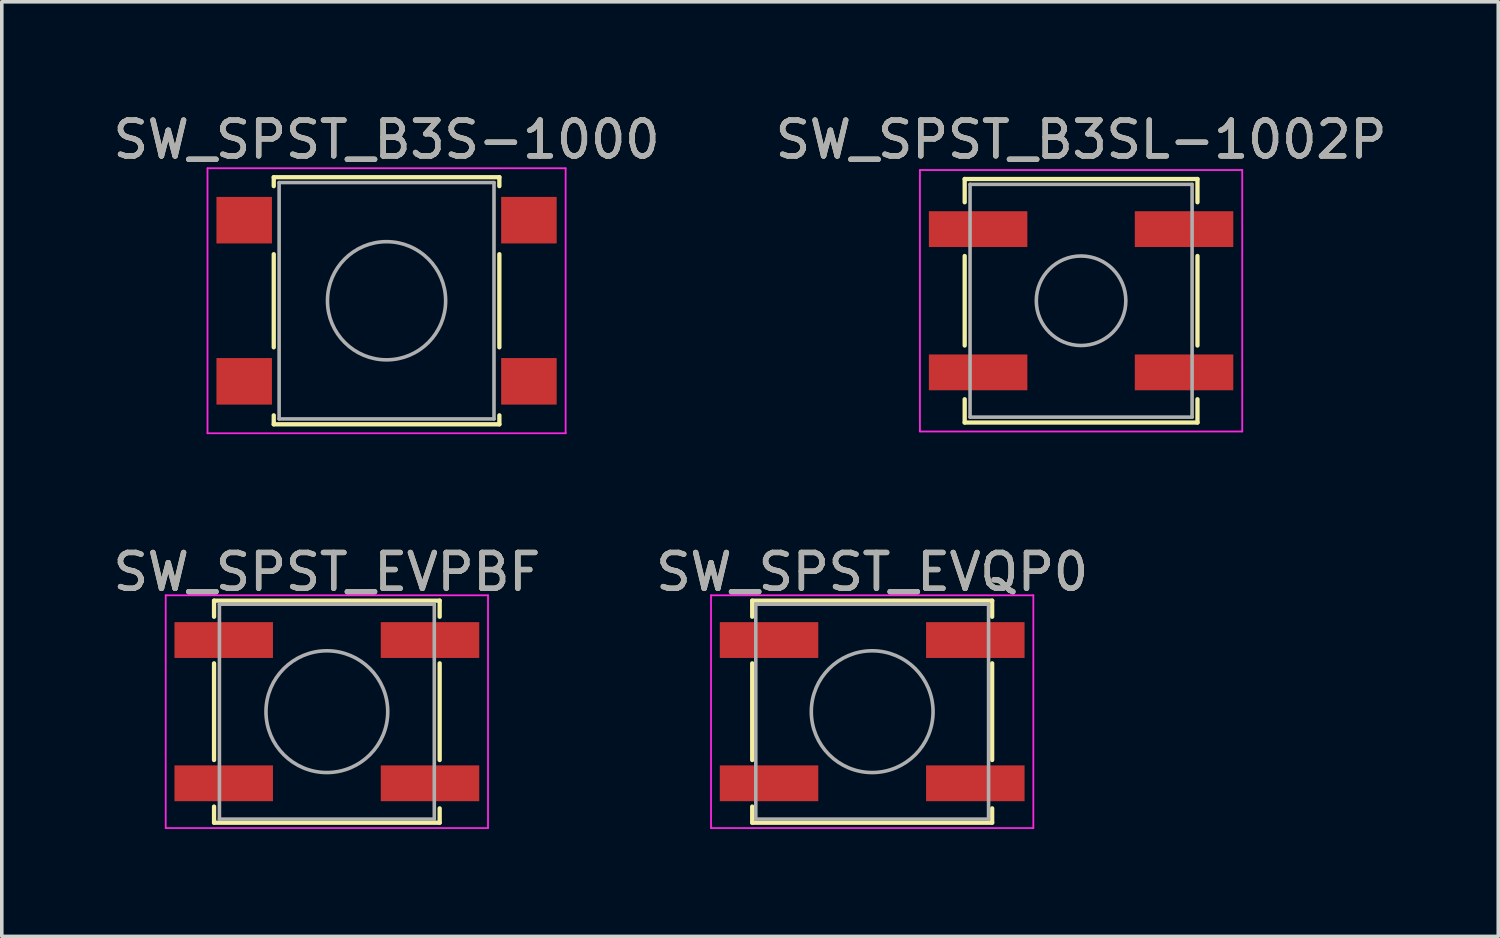
<source format=kicad_pcb>
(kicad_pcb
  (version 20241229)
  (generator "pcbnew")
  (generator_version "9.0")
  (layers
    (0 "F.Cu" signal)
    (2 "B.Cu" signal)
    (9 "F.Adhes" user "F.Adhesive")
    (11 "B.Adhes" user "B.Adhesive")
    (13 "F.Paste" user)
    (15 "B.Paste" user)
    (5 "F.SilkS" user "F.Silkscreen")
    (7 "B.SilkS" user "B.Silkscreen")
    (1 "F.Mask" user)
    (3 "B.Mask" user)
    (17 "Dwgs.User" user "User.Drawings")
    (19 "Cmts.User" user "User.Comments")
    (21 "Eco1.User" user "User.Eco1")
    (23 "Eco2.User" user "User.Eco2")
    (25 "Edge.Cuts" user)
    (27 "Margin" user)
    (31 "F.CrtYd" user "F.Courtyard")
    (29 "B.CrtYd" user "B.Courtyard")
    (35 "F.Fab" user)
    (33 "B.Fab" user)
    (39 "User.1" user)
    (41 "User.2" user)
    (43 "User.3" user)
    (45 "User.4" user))
  (footprint "SW_SPST_EVPBF"
    (layer "F.Cu")
    (at 6.077 16.822)
    (property "Reference" "SW_SPST_EVPBF" (at 0 -3.9 0) (layer "F.SilkS") (effects (font (size 1 1) (thickness 0.15))))
    (attr smd)
    (fp_line (start -3.15 -3.1) (end 3.15 -3.1) (stroke (width 0.12) (type solid)) (layer "F.SilkS"))
    (fp_line (start -3.15 -2.65) (end -3.15 -3.1) (stroke (width 0.12) (type solid)) (layer "F.SilkS"))
    (fp_line (start -3.15 1.35) (end -3.15 -1.35) (stroke (width 0.12) (type solid)) (layer "F.SilkS"))
    (fp_line (start -3.15 2.65) (end -3.15 3.1) (stroke (width 0.12) (type solid)) (layer "F.SilkS"))
    (fp_line (start -3.15 3.1) (end 3.15 3.1) (stroke (width 0.12) (type solid)) (layer "F.SilkS"))
    (fp_line (start 3.15 -3.1) (end 3.15 -2.65) (stroke (width 0.12) (type solid)) (layer "F.SilkS"))
    (fp_line (start 3.15 -1.35) (end 3.15 1.35) (stroke (width 0.12) (type solid)) (layer "F.SilkS"))
    (fp_line (start 3.15 3.1) (end 3.15 2.7) (stroke (width 0.12) (type solid)) (layer "F.SilkS"))
    (fp_line (start -4.5 -3.25) (end 4.5 -3.25) (stroke (width 0.05) (type solid)) (layer "F.CrtYd"))
    (fp_line (start -4.5 3.25) (end -4.5 -3.25) (stroke (width 0.05) (type solid)) (layer "F.CrtYd"))
    (fp_line (start 4.5 -3.25) (end 4.5 3.25) (stroke (width 0.05) (type solid)) (layer "F.CrtYd"))
    (fp_line (start 4.5 3.25) (end -4.5 3.25) (stroke (width 0.05) (type solid)) (layer "F.CrtYd"))
    (fp_line (start -3 -3) (end 3 -3) (stroke (width 0.1) (type solid)) (layer "F.Fab"))
    (fp_line (start -3 3) (end -3 -3) (stroke (width 0.1) (type solid)) (layer "F.Fab"))
    (fp_line (start 3 -3) (end 3 3) (stroke (width 0.1) (type solid)) (layer "F.Fab"))
    (fp_line (start 3 3) (end -3 3) (stroke (width 0.1) (type solid)) (layer "F.Fab"))
    (fp_circle (center 0 0) (end 1.7 0) (stroke (width 0.1) (type solid)) (fill no) (layer "F.Fab"))
    (fp_text user "${REFERENCE}" (at 0 -3.9 0) (layer "F.Fab") (effects (font (size 1 1) (thickness 0.15))))
    (pad "1" smd rect (at -2.88 -2) (size 2.75 1) (layers "F.Cu" "F.Mask" "F.Paste"))
    (pad "1" smd rect (at 2.88 -2) (size 2.75 1) (layers "F.Cu" "F.Mask" "F.Paste"))
    (pad "2" smd rect (at -2.88 2) (size 2.75 1) (layers "F.Cu" "F.Mask" "F.Paste"))
    (pad "2" smd rect (at 2.88 2) (size 2.75 1) (layers "F.Cu" "F.Mask" "F.Paste")))
  (footprint "SW_SPST_EVQP0"
    (layer "F.Cu")
    (at 21.304 16.822)
    (property "Reference" "SW_SPST_EVQP0" (at 0 -3.9 0) (layer "F.SilkS") (effects (font (size 1 1) (thickness 0.15))))
    (attr smd)
    (fp_line (start -3.35 -3.1) (end 3.35 -3.1) (stroke (width 0.12) (type solid)) (layer "F.SilkS"))
    (fp_line (start -3.35 -2.65) (end -3.35 -3.1) (stroke (width 0.12) (type solid)) (layer "F.SilkS"))
    (fp_line (start -3.35 1.35) (end -3.35 -1.35) (stroke (width 0.12) (type solid)) (layer "F.SilkS"))
    (fp_line (start -3.35 2.65) (end -3.35 3.1) (stroke (width 0.12) (type solid)) (layer "F.SilkS"))
    (fp_line (start -3.35 3.1) (end 3.35 3.1) (stroke (width 0.12) (type solid)) (layer "F.SilkS"))
    (fp_line (start 3.35 -3.1) (end 3.35 -2.65) (stroke (width 0.12) (type solid)) (layer "F.SilkS"))
    (fp_line (start 3.35 -1.35) (end 3.35 1.35) (stroke (width 0.12) (type solid)) (layer "F.SilkS"))
    (fp_line (start 3.35 3.1) (end 3.35 2.7) (stroke (width 0.12) (type solid)) (layer "F.SilkS"))
    (fp_line (start -4.5 -3.25) (end 4.5 -3.25) (stroke (width 0.05) (type solid)) (layer "F.CrtYd"))
    (fp_line (start -4.5 3.25) (end -4.5 -3.25) (stroke (width 0.05) (type solid)) (layer "F.CrtYd"))
    (fp_line (start 4.5 -3.25) (end 4.5 3.25) (stroke (width 0.05) (type solid)) (layer "F.CrtYd"))
    (fp_line (start 4.5 3.25) (end -4.5 3.25) (stroke (width 0.05) (type solid)) (layer "F.CrtYd"))
    (fp_line (start -3.25 -3) (end 3.25 -3) (stroke (width 0.1) (type solid)) (layer "F.Fab"))
    (fp_line (start -3.25 3) (end -3.25 -3) (stroke (width 0.1) (type solid)) (layer "F.Fab"))
    (fp_line (start 3.25 -3) (end 3.25 3) (stroke (width 0.1) (type solid)) (layer "F.Fab"))
    (fp_line (start 3.25 3) (end -3.25 3) (stroke (width 0.1) (type solid)) (layer "F.Fab"))
    (fp_circle (center 0 0) (end 1.7 0) (stroke (width 0.1) (type solid)) (fill no) (layer "F.Fab"))
    (fp_text user "${REFERENCE}" (at 0 -3.9 0) (layer "F.Fab") (effects (font (size 1 1) (thickness 0.15))))
    (pad "1" smd rect (at -2.88 -2) (size 2.75 1) (layers "F.Cu" "F.Mask" "F.Paste"))
    (pad "1" smd rect (at 2.88 -2) (size 2.75 1) (layers "F.Cu" "F.Mask" "F.Paste"))
    (pad "2" smd rect (at -2.88 2) (size 2.75 1) (layers "F.Cu" "F.Mask" "F.Paste"))
    (pad "2" smd rect (at 2.88 2) (size 2.75 1) (layers "F.Cu" "F.Mask" "F.Paste")))
  (footprint "SW_SPST_B3SL-1002P"
    (layer "F.Cu")
    (at 27.137 5.348)
    (property "Reference" "SW_SPST_B3SL-1002P" (at 0 -4.5 0) (layer "F.SilkS") (effects (font (size 1 1) (thickness 0.15))))
    (attr smd)
    (fp_line (start -3.25 -3.4) (end -3.25 -2.75) (stroke (width 0.12) (type solid)) (layer "F.SilkS"))
    (fp_line (start -3.25 -1.25) (end -3.25 1.25) (stroke (width 0.12) (type solid)) (layer "F.SilkS"))
    (fp_line (start -3.25 3.4) (end -3.25 2.75) (stroke (width 0.12) (type solid)) (layer "F.SilkS"))
    (fp_line (start 3.25 -3.4) (end -3.25 -3.4) (stroke (width 0.12) (type solid)) (layer "F.SilkS"))
    (fp_line (start 3.25 -2.75) (end 3.25 -3.4) (stroke (width 0.12) (type solid)) (layer "F.SilkS"))
    (fp_line (start 3.25 -1.25) (end 3.25 1.25) (stroke (width 0.12) (type solid)) (layer "F.SilkS"))
    (fp_line (start 3.25 2.75) (end 3.25 3.4) (stroke (width 0.12) (type solid)) (layer "F.SilkS"))
    (fp_line (start 3.25 3.4) (end -3.25 3.4) (stroke (width 0.12) (type solid)) (layer "F.SilkS"))
    (fp_line (start -4.5 -3.65) (end -4.5 3.65) (stroke (width 0.05) (type solid)) (layer "F.CrtYd"))
    (fp_line (start -4.5 3.65) (end 4.5 3.65) (stroke (width 0.05) (type solid)) (layer "F.CrtYd"))
    (fp_line (start 4.5 -3.65) (end -4.5 -3.65) (stroke (width 0.05) (type solid)) (layer "F.CrtYd"))
    (fp_line (start 4.5 3.65) (end 4.5 -3.65) (stroke (width 0.05) (type solid)) (layer "F.CrtYd"))
    (fp_line (start -3.1 -3.25) (end 3.1 -3.25) (stroke (width 0.1) (type solid)) (layer "F.Fab"))
    (fp_line (start -3.1 3.25) (end -3.1 -3.25) (stroke (width 0.1) (type solid)) (layer "F.Fab"))
    (fp_line (start 3.1 -3.25) (end 3.1 3.25) (stroke (width 0.1) (type solid)) (layer "F.Fab"))
    (fp_line (start 3.1 3.25) (end -3.1 3.25) (stroke (width 0.1) (type solid)) (layer "F.Fab"))
    (fp_circle (center 0 0) (end 1.25 0) (stroke (width 0.1) (type solid)) (fill no) (layer "F.Fab"))
    (fp_text user "${REFERENCE}" (at 0 -4.5 0) (layer "F.Fab") (effects (font (size 1 1) (thickness 0.15))))
    (pad "1" smd rect (at -2.875 -2) (size 2.75 1) (layers "F.Cu" "F.Mask" "F.Paste"))
    (pad "1" smd rect (at 2.875 -2) (size 2.75 1) (layers "F.Cu" "F.Mask" "F.Paste"))
    (pad "2" smd rect (at -2.875 2) (size 2.75 1) (layers "F.Cu" "F.Mask" "F.Paste"))
    (pad "2" smd rect (at 2.875 2) (size 2.75 1) (layers "F.Cu" "F.Mask" "F.Paste")))
  (footprint "SW_SPST_B3S-1000"
    (layer "F.Cu")
    (at 7.744 5.348)
    (property "Reference" "SW_SPST_B3S-1000" (at 0 -4.5 0) (layer "F.SilkS") (effects (font (size 1 1) (thickness 0.15))))
    (attr smd)
    (fp_line (start -3.15 -3.45) (end 3.15 -3.45) (stroke (width 0.12) (type solid)) (layer "F.SilkS"))
    (fp_line (start -3.15 -3.2) (end -3.15 -3.45) (stroke (width 0.12) (type solid)) (layer "F.SilkS"))
    (fp_line (start -3.15 1.3) (end -3.15 -1.3) (stroke (width 0.12) (type solid)) (layer "F.SilkS"))
    (fp_line (start -3.15 3.45) (end -3.15 3.2) (stroke (width 0.12) (type solid)) (layer "F.SilkS"))
    (fp_line (start 3.15 -3.45) (end 3.15 -3.2) (stroke (width 0.12) (type solid)) (layer "F.SilkS"))
    (fp_line (start 3.15 -1.3) (end 3.15 1.3) (stroke (width 0.12) (type solid)) (layer "F.SilkS"))
    (fp_line (start 3.15 3.2) (end 3.15 3.45) (stroke (width 0.12) (type solid)) (layer "F.SilkS"))
    (fp_line (start 3.15 3.45) (end -3.15 3.45) (stroke (width 0.12) (type solid)) (layer "F.SilkS"))
    (fp_line (start -5 -3.7) (end -5 3.7) (stroke (width 0.05) (type solid)) (layer "F.CrtYd"))
    (fp_line (start -5 3.7) (end 5 3.7) (stroke (width 0.05) (type solid)) (layer "F.CrtYd"))
    (fp_line (start 5 -3.7) (end -5 -3.7) (stroke (width 0.05) (type solid)) (layer "F.CrtYd"))
    (fp_line (start 5 3.7) (end 5 -3.7) (stroke (width 0.05) (type solid)) (layer "F.CrtYd"))
    (fp_line (start -3 -3.3) (end 3 -3.3) (stroke (width 0.1) (type solid)) (layer "F.Fab"))
    (fp_line (start -3 3.3) (end -3 -3.3) (stroke (width 0.1) (type solid)) (layer "F.Fab"))
    (fp_line (start 3 -3.3) (end 3 3.3) (stroke (width 0.1) (type solid)) (layer "F.Fab"))
    (fp_line (start 3 3.3) (end -3 3.3) (stroke (width 0.1) (type solid)) (layer "F.Fab"))
    (fp_circle (center 0 0) (end 1.65 0) (stroke (width 0.1) (type solid)) (fill no) (layer "F.Fab"))
    (fp_text user "${REFERENCE}" (at 0 -4.5 0) (layer "F.Fab") (effects (font (size 1 1) (thickness 0.15))))
    (pad "1" smd rect (at -3.975 -2.25) (size 1.55 1.3) (layers "F.Cu" "F.Mask" "F.Paste"))
    (pad "1" smd rect (at 3.975 -2.25) (size 1.55 1.3) (layers "F.Cu" "F.Mask" "F.Paste"))
    (pad "2" smd rect (at -3.975 2.25) (size 1.55 1.3) (layers "F.Cu" "F.Mask" "F.Paste"))
    (pad "2" smd rect (at 3.975 2.25) (size 1.55 1.3) (layers "F.Cu" "F.Mask" "F.Paste")))
  (gr_rect
    (start -3 -3)
    (end 38.786 23.096)
    (stroke (width 0.1) (type default))
    (fill no)
    (layer "Edge.Cuts")))
</source>
